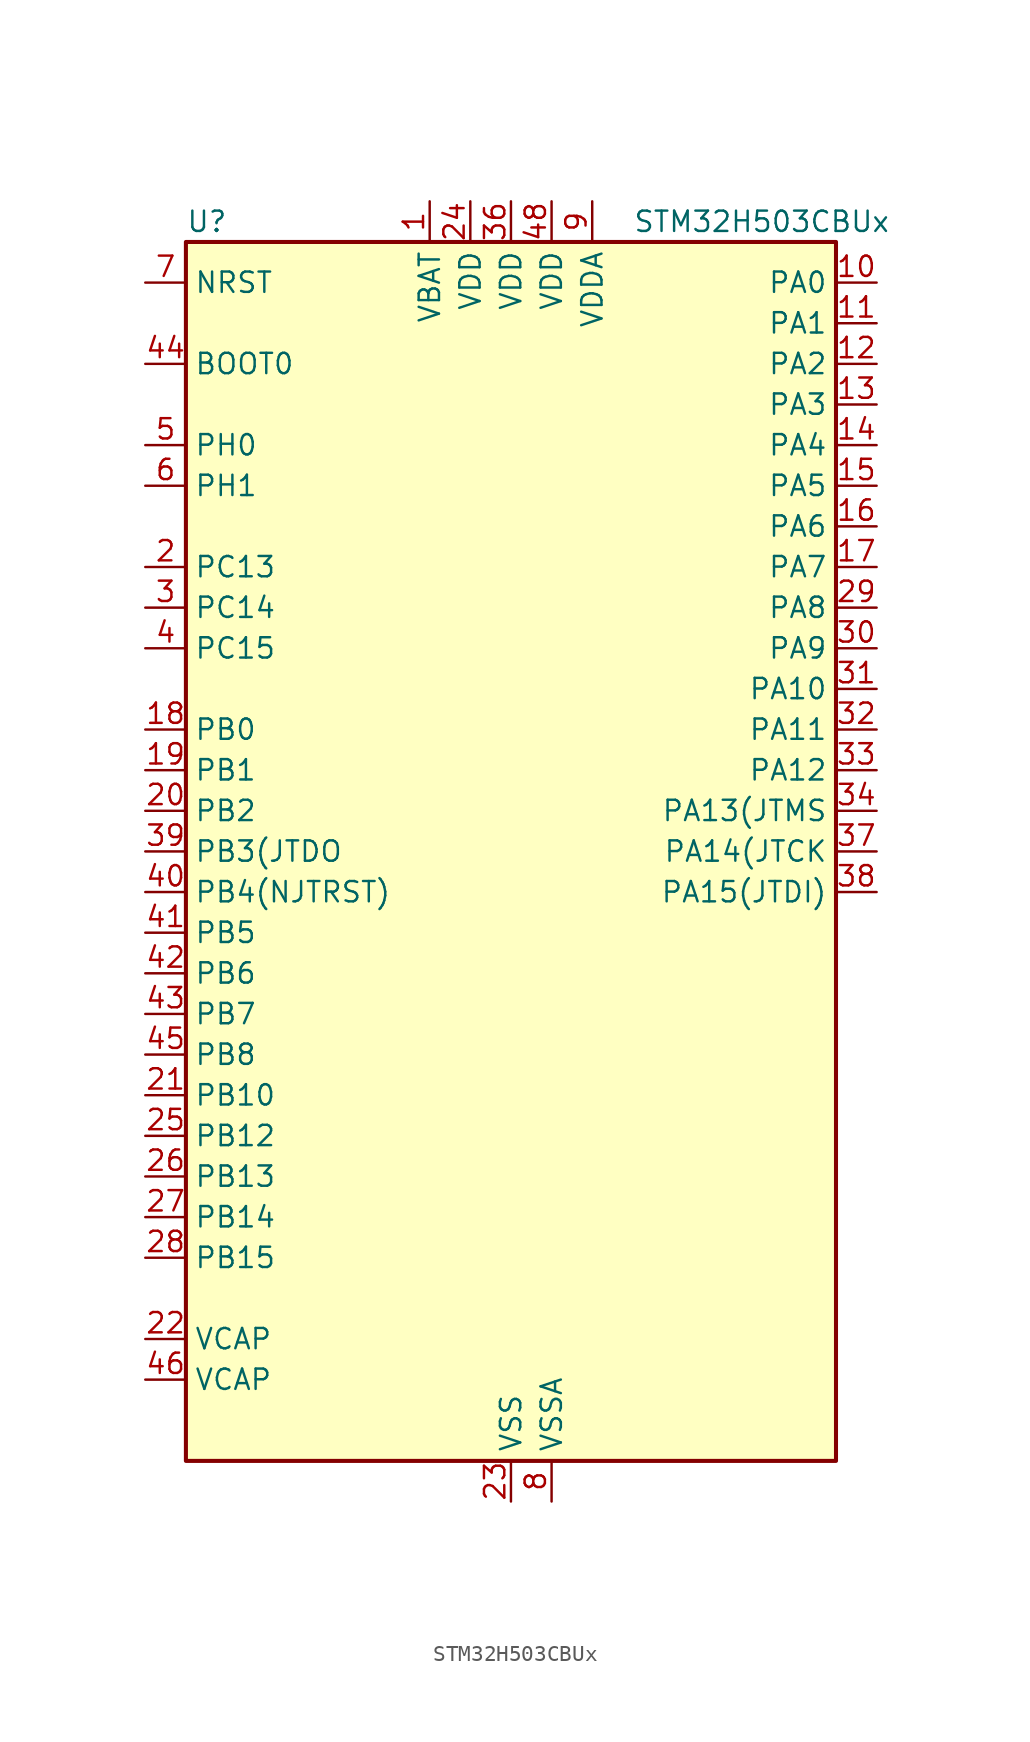
<source format=kicad_sym>
(kicad_symbol_lib
  (version 20231120)
  (generator "kicad_symbol_editor")
  (generator_version "8.0")
  (symbol "STM32H503CBUx"
    (property "Reference" "U"
      (at -20.32 39.37 0)
      (effects (font (size 1.27 1.27)) (justify left)))
    (property "Value" "STM32H503CBUx"
      (at 7.62 39.37 0)
      (effects (font (size 1.27 1.27)) (justify left)))
    (property "ki_locked" ""
      (at 0 0 0)
      (effects (font (size 1.27 1.27))))
    (symbol "STM32H503CBUx_0_1"
      (rectangle (start -20.32 -38.1) (end 20.32 38.1) (stroke (width 0.254) (type default)) (fill (type background))))
    (symbol "STM32H503CBUx_1_1"
      (pin power_in line (at -5.08 40.64 270) (length 2.54) (name "VBAT" (effects (font (size 1.27 1.27)))) (number "1" (effects (font (size 1.27 1.27)))))
      (pin bidirectional line (at 22.86 35.56 180) (length 2.54) (name "PA0" (effects (font (size 1.27 1.27)))) (number "10" (effects (font (size 1.27 1.27)))) (alternate "ADC1_INN1" bidirectional line) (alternate "ADC1_INP0" bidirectional line) (alternate "COMP1_INP" bidirectional line) (alternate "I2S1_SDI" bidirectional line) (alternate "I2S2_MCK" bidirectional line) (alternate "I2S3_WS" bidirectional line) (alternate "LPTIM1_ETR" bidirectional line) (alternate "LPTIM1_IN2" bidirectional line) (alternate "LPTIM2_ETR" bidirectional line) (alternate "OPAMP1_VINP" bidirectional line) (alternate "PWR_WKUP1" bidirectional line) (alternate "RTC_OUT2" bidirectional line) (alternate "SPI1_MISO" bidirectional line) (alternate "SPI3_NSS" bidirectional line) (alternate "SPI3_RDY" bidirectional line) (alternate "TAMP_IN2" bidirectional line) (alternate "TAMP_OUT1" bidirectional line) (alternate "TIM2_CH1" bidirectional line) (alternate "TIM2_ETR" bidirectional line) (alternate "TIM3_CH1" bidirectional line) (alternate "USART1_CTS" bidirectional line) (alternate "USART1_NSS" bidirectional line) (alternate "USART2_CTS" bidirectional line) (alternate "USART2_NSS" bidirectional line) (alternate "USART3_CK" bidirectional line) (alternate "USART3_CTS" bidirectional line) (alternate "USART3_NSS" bidirectional line))
      (pin bidirectional line (at 22.86 33.02 180) (length 2.54) (name "PA1" (effects (font (size 1.27 1.27)))) (number "11" (effects (font (size 1.27 1.27)))) (alternate "ADC1_INP1" bidirectional line) (alternate "I2S1_WS" bidirectional line) (alternate "I2S3_CK" bidirectional line) (alternate "LPTIM1_IN1" bidirectional line) (alternate "SPI1_NSS" bidirectional line) (alternate "SPI2_RDY" bidirectional line) (alternate "SPI3_SCK" bidirectional line) (alternate "TIM1_CH3" bidirectional line) (alternate "TIM2_CH2" bidirectional line) (alternate "USART1_RX" bidirectional line) (alternate "USART2_CK" bidirectional line) (alternate "USART2_RTS" bidirectional line))
      (pin bidirectional line (at 22.86 30.48 180) (length 2.54) (name "PA2" (effects (font (size 1.27 1.27)))) (number "12" (effects (font (size 1.27 1.27)))) (alternate "ADC1_INP14" bidirectional line) (alternate "I2S1_CK" bidirectional line) (alternate "I2S3_SDI" bidirectional line) (alternate "LPTIM1_IN2" bidirectional line) (alternate "LPUART1_RX" bidirectional line) (alternate "PWR_WKUP2" bidirectional line) (alternate "SPI1_SCK" bidirectional line) (alternate "SPI3_MISO" bidirectional line) (alternate "TIM1_CH4" bidirectional line) (alternate "TIM2_CH3" bidirectional line) (alternate "TIM3_ETR" bidirectional line) (alternate "USART1_TX" bidirectional line) (alternate "USART2_TX" bidirectional line))
      (pin bidirectional line (at 22.86 27.94 180) (length 2.54) (name "PA3" (effects (font (size 1.27 1.27)))) (number "13" (effects (font (size 1.27 1.27)))) (alternate "ADC1_INP15" bidirectional line) (alternate "I2S1_SDI" bidirectional line) (alternate "I2S2_WS" bidirectional line) (alternate "I2S3_SDO" bidirectional line) (alternate "LPUART1_TX" bidirectional line) (alternate "SPI1_MISO" bidirectional line) (alternate "SPI2_NSS" bidirectional line) (alternate "SPI3_MOSI" bidirectional line) (alternate "TIM1_CH1N" bidirectional line) (alternate "TIM2_CH4" bidirectional line) (alternate "USART1_CK" bidirectional line) (alternate "USART2_RX" bidirectional line) (alternate "USART3_RX" bidirectional line))
      (pin bidirectional line (at 22.86 25.4 180) (length 2.54) (name "PA4" (effects (font (size 1.27 1.27)))) (number "14" (effects (font (size 1.27 1.27)))) (alternate "ADC1_INP18" bidirectional line) (alternate "DAC1_OUT1" bidirectional line) (alternate "I2S1_SDO" bidirectional line) (alternate "I2S1_WS" bidirectional line) (alternate "I2S3_SDI" bidirectional line) (alternate "I2S3_WS" bidirectional line) (alternate "LPTIM2_CH1" bidirectional line) (alternate "SPI1_MOSI" bidirectional line) (alternate "SPI1_NSS" bidirectional line) (alternate "SPI3_MISO" bidirectional line) (alternate "SPI3_NSS" bidirectional line) (alternate "TIM1_BKIN" bidirectional line) (alternate "TIM1_CH2N" bidirectional line) (alternate "USART1_RTS" bidirectional line) (alternate "USART2_CK" bidirectional line) (alternate "USART3_TX" bidirectional line))
      (pin bidirectional line (at 22.86 22.86 180) (length 2.54) (name "PA5" (effects (font (size 1.27 1.27)))) (number "15" (effects (font (size 1.27 1.27)))) (alternate "ADC1_INN18" bidirectional line) (alternate "ADC1_INP19" bidirectional line) (alternate "COMP1_INM" bidirectional line) (alternate "DAC1_OUT2" bidirectional line) (alternate "I2S1_CK" bidirectional line) (alternate "I2S1_MCK" bidirectional line) (alternate "I2S2_CK" bidirectional line) (alternate "I2S3_SDO" bidirectional line) (alternate "LPTIM1_CH1" bidirectional line) (alternate "LPTIM1_ETR" bidirectional line) (alternate "LPTIM2_CH2" bidirectional line) (alternate "LPUART1_RTS" bidirectional line) (alternate "PWR_CSTOP" bidirectional line) (alternate "SPI1_SCK" bidirectional line) (alternate "SPI2_SCK" bidirectional line) (alternate "SPI3_MOSI" bidirectional line) (alternate "TIM2_CH1" bidirectional line) (alternate "TIM2_ETR" bidirectional line) (alternate "USART2_CTS" bidirectional line) (alternate "USART2_NSS" bidirectional line) (alternate "USART2_TX" bidirectional line) (alternate "USART3_RX" bidirectional line))
      (pin bidirectional line (at 22.86 20.32 180) (length 2.54) (name "PA6" (effects (font (size 1.27 1.27)))) (number "16" (effects (font (size 1.27 1.27)))) (alternate "ADC1_INP3" bidirectional line) (alternate "I2S1_SDI" bidirectional line) (alternate "SPI1_MISO" bidirectional line) (alternate "TIM1_BKIN" bidirectional line) (alternate "TIM3_CH1" bidirectional line))
      (pin bidirectional line (at 22.86 17.78 180) (length 2.54) (name "PA7" (effects (font (size 1.27 1.27)))) (number "17" (effects (font (size 1.27 1.27)))) (alternate "ADC1_INN3" bidirectional line) (alternate "ADC1_INP7" bidirectional line) (alternate "AUDIOCLK" bidirectional line) (alternate "I2S1_MCK" bidirectional line) (alternate "I2S1_SDO" bidirectional line) (alternate "I2S2_MCK" bidirectional line) (alternate "I2S2_SDI" bidirectional line) (alternate "I2S3_MCK" bidirectional line) (alternate "LPTIM2_ETR" bidirectional line) (alternate "OPAMP1_VOUT" bidirectional line) (alternate "PWR_CSLEEP" bidirectional line) (alternate "SPI1_MOSI" bidirectional line) (alternate "SPI2_MISO" bidirectional line) (alternate "TIM1_CH1N" bidirectional line) (alternate "TIM2_CH3" bidirectional line) (alternate "TIM3_CH2" bidirectional line) (alternate "USART1_RTS" bidirectional line) (alternate "USART3_CK" bidirectional line) (alternate "USART3_RTS" bidirectional line))
      (pin bidirectional line (at -22.86 7.62 0) (length 2.54) (name "PB0" (effects (font (size 1.27 1.27)))) (number "18" (effects (font (size 1.27 1.27)))) (alternate "ADC1_INN5" bidirectional line) (alternate "ADC1_INP9" bidirectional line) (alternate "COMP1_INP" bidirectional line) (alternate "LPTIM1_IN1" bidirectional line) (alternate "OPAMP1_VINP" bidirectional line) (alternate "TIM1_CH2N" bidirectional line) (alternate "TIM1_ETR" bidirectional line) (alternate "TIM3_CH3" bidirectional line) (alternate "USART2_TX" bidirectional line))
      (pin bidirectional line (at -22.86 5.08 0) (length 2.54) (name "PB1" (effects (font (size 1.27 1.27)))) (number "19" (effects (font (size 1.27 1.27)))) (alternate "ADC1_INP5" bidirectional line) (alternate "COMP1_INM" bidirectional line) (alternate "COMP1_OUT" bidirectional line) (alternate "I2S2_SDO" bidirectional line) (alternate "LPTIM1_IN2" bidirectional line) (alternate "LPTIM2_ETR" bidirectional line) (alternate "OPAMP1_VINM" bidirectional line) (alternate "OPAMP1_VINM1" bidirectional line) (alternate "SPI2_MOSI" bidirectional line) (alternate "TIM1_CH1" bidirectional line) (alternate "TIM1_CH3N" bidirectional line) (alternate "TIM3_CH4" bidirectional line) (alternate "USART2_RX" bidirectional line))
      (pin bidirectional line (at -22.86 17.78 0) (length 2.54) (name "PC13" (effects (font (size 1.27 1.27)))) (number "2" (effects (font (size 1.27 1.27)))) (alternate "PWR_WKUP4" bidirectional line) (alternate "RTC_OUT1" bidirectional line) (alternate "RTC_TS" bidirectional line) (alternate "TAMP_IN1" bidirectional line) (alternate "TAMP_OUT2" bidirectional line))
      (pin bidirectional line (at -22.86 2.54 0) (length 2.54) (name "PB2" (effects (font (size 1.27 1.27)))) (number "20" (effects (font (size 1.27 1.27)))) (alternate "COMP1_INP" bidirectional line) (alternate "I2S2_CK" bidirectional line) (alternate "I2S3_SDO" bidirectional line) (alternate "LPTIM1_CH1" bidirectional line) (alternate "LPTIM1_CH2" bidirectional line) (alternate "RCC_LSCO" bidirectional line) (alternate "RTC_OUT2" bidirectional line) (alternate "SPI1_RDY" bidirectional line) (alternate "SPI2_SCK" bidirectional line) (alternate "SPI3_MOSI" bidirectional line) (alternate "TIM1_CH2N" bidirectional line) (alternate "TIM2_CH1" bidirectional line) (alternate "USART2_CK" bidirectional line))
      (pin bidirectional line (at -22.86 -15.24 0) (length 2.54) (name "PB10" (effects (font (size 1.27 1.27)))) (number "21" (effects (font (size 1.27 1.27)))) (alternate "FDCAN1_TX" bidirectional line) (alternate "I2C1_SDA" bidirectional line) (alternate "I2C2_SCL" bidirectional line) (alternate "I2S2_CK" bidirectional line) (alternate "I2S3_WS" bidirectional line) (alternate "I3C1_SDA" bidirectional line) (alternate "I3C2_SCL" bidirectional line) (alternate "LPTIM2_CH2" bidirectional line) (alternate "LPTIM2_IN1" bidirectional line) (alternate "SPI2_SCK" bidirectional line) (alternate "SPI3_NSS" bidirectional line) (alternate "TIM2_CH3" bidirectional line) (alternate "USART3_CK" bidirectional line) (alternate "USART3_TX" bidirectional line))
      (pin power_out line (at -22.86 -30.48 0) (length 2.54) (name "VCAP" (effects (font (size 1.27 1.27)))) (number "22" (effects (font (size 1.27 1.27)))))
      (pin power_in line (at 0 -40.64 90) (length 2.54) (name "VSS" (effects (font (size 1.27 1.27)))) (number "23" (effects (font (size 1.27 1.27)))))
      (pin power_in line (at -2.54 40.64 270) (length 2.54) (name "VDD" (effects (font (size 1.27 1.27)))) (number "24" (effects (font (size 1.27 1.27)))))
      (pin bidirectional line (at -22.86 -17.78 0) (length 2.54) (name "PB12" (effects (font (size 1.27 1.27)))) (number "25" (effects (font (size 1.27 1.27)))) (alternate "FDCAN1_RX" bidirectional line) (alternate "I2C2_SMBA" bidirectional line) (alternate "I2S2_WS" bidirectional line) (alternate "SPI2_NSS" bidirectional line) (alternate "TIM1_BKIN" bidirectional line) (alternate "USART1_CK" bidirectional line) (alternate "USART3_CK" bidirectional line))
      (pin bidirectional line (at -22.86 -20.32 0) (length 2.54) (name "PB13" (effects (font (size 1.27 1.27)))) (number "26" (effects (font (size 1.27 1.27)))) (alternate "FDCAN1_TX" bidirectional line) (alternate "I2C1_SMBA" bidirectional line) (alternate "I2C2_SDA" bidirectional line) (alternate "I2S2_CK" bidirectional line) (alternate "I3C2_SDA" bidirectional line) (alternate "LPTIM2_CH1" bidirectional line) (alternate "LPUART1_CTS" bidirectional line) (alternate "SPI2_SCK" bidirectional line) (alternate "TIM1_CH1N" bidirectional line) (alternate "USART3_CTS" bidirectional line) (alternate "USART3_NSS" bidirectional line))
      (pin bidirectional line (at -22.86 -22.86 0) (length 2.54) (name "PB14" (effects (font (size 1.27 1.27)))) (number "27" (effects (font (size 1.27 1.27)))) (alternate "I2S2_SDI" bidirectional line) (alternate "LPTIM1_ETR" bidirectional line) (alternate "LPUART1_RTS" bidirectional line) (alternate "SPI2_MISO" bidirectional line) (alternate "TIM1_CH2N" bidirectional line) (alternate "USART1_TX" bidirectional line) (alternate "USART3_RTS" bidirectional line))
      (pin bidirectional line (at -22.86 -25.4 0) (length 2.54) (name "PB15" (effects (font (size 1.27 1.27)))) (number "28" (effects (font (size 1.27 1.27)))) (alternate "ADC1_EXTI15" bidirectional line) (alternate "COMP1_OUT" bidirectional line) (alternate "FDCAN1_TX" bidirectional line) (alternate "I2S2_SDO" bidirectional line) (alternate "I2S3_MCK" bidirectional line) (alternate "I2S3_SDI" bidirectional line) (alternate "LPTIM1_CH1" bidirectional line) (alternate "LPTIM2_IN2" bidirectional line) (alternate "LPUART1_RX" bidirectional line) (alternate "PWR_PVD_IN" bidirectional line) (alternate "RTC_REFIN" bidirectional line) (alternate "SPI2_MOSI" bidirectional line) (alternate "SPI3_MISO" bidirectional line) (alternate "TIM1_CH3N" bidirectional line) (alternate "TIM3_CH4" bidirectional line) (alternate "USART1_RX" bidirectional line) (alternate "USART2_RTS" bidirectional line) (alternate "USART2_RX" bidirectional line) (alternate "USART3_CTS" bidirectional line) (alternate "USART3_NSS" bidirectional line))
      (pin bidirectional line (at 22.86 15.24 180) (length 2.54) (name "PA8" (effects (font (size 1.27 1.27)))) (number "29" (effects (font (size 1.27 1.27)))) (alternate "FDCAN1_RX" bidirectional line) (alternate "I2S1_CK" bidirectional line) (alternate "I2S2_SDO" bidirectional line) (alternate "I2S2_WS" bidirectional line) (alternate "LPTIM2_IN1" bidirectional line) (alternate "LPUART1_CTS" bidirectional line) (alternate "RCC_MCO_1" bidirectional line) (alternate "SPI1_RDY" bidirectional line) (alternate "SPI1_SCK" bidirectional line) (alternate "SPI2_MOSI" bidirectional line) (alternate "SPI2_NSS" bidirectional line) (alternate "TIM1_CH1" bidirectional line) (alternate "TIM1_CH4N" bidirectional line) (alternate "TIM3_CH3" bidirectional line) (alternate "USART1_CK" bidirectional line) (alternate "USART2_TX" bidirectional line) (alternate "USART3_TX" bidirectional line) (alternate "USB_SOF" bidirectional line))
      (pin bidirectional line (at -22.86 15.24 0) (length 2.54) (name "PC14" (effects (font (size 1.27 1.27)))) (number "3" (effects (font (size 1.27 1.27)))) (alternate "RCC_OSC32_IN" bidirectional line))
      (pin bidirectional line (at 22.86 12.7 180) (length 2.54) (name "PA9" (effects (font (size 1.27 1.27)))) (number "30" (effects (font (size 1.27 1.27)))) (alternate "DAC1_EXTI9" bidirectional line) (alternate "DEBUG_TRACED2" bidirectional line) (alternate "I2S1_SDI" bidirectional line) (alternate "I2S2_CK" bidirectional line) (alternate "I2S3_SDO" bidirectional line) (alternate "LPUART1_TX" bidirectional line) (alternate "SPI1_MISO" bidirectional line) (alternate "SPI2_SCK" bidirectional line) (alternate "SPI3_MOSI" bidirectional line) (alternate "TIM1_CH2" bidirectional line) (alternate "USART1_TX" bidirectional line) (alternate "USART3_CK" bidirectional line))
      (pin bidirectional line (at 22.86 10.16 180) (length 2.54) (name "PA10" (effects (font (size 1.27 1.27)))) (number "31" (effects (font (size 1.27 1.27)))) (alternate "LPTIM2_IN2" bidirectional line) (alternate "LPUART1_RX" bidirectional line) (alternate "TIM1_CH3" bidirectional line) (alternate "USART1_RX" bidirectional line))
      (pin bidirectional line (at 22.86 7.62 180) (length 2.54) (name "PA11" (effects (font (size 1.27 1.27)))) (number "32" (effects (font (size 1.27 1.27)))) (alternate "ADC1_EXTI11" bidirectional line) (alternate "DEBUG_TRGIO" bidirectional line) (alternate "FDCAN1_RX" bidirectional line) (alternate "I2S2_WS" bidirectional line) (alternate "LPTIM2_CH2" bidirectional line) (alternate "LPUART1_CTS" bidirectional line) (alternate "SPI2_NSS" bidirectional line) (alternate "SPI3_RDY" bidirectional line) (alternate "TIM1_CH4" bidirectional line) (alternate "TIM3_CH2" bidirectional line) (alternate "USART1_CTS" bidirectional line) (alternate "USART1_NSS" bidirectional line) (alternate "USART1_RX" bidirectional line) (alternate "USART2_RX" bidirectional line) (alternate "USART3_RTS" bidirectional line) (alternate "USB_DM" bidirectional line))
      (pin bidirectional line (at 22.86 5.08 180) (length 2.54) (name "PA12" (effects (font (size 1.27 1.27)))) (number "33" (effects (font (size 1.27 1.27)))) (alternate "DEBUG_TRACED3" bidirectional line) (alternate "FDCAN1_TX" bidirectional line) (alternate "I2S2_CK" bidirectional line) (alternate "LPUART1_RTS" bidirectional line) (alternate "SPI2_RDY" bidirectional line) (alternate "SPI2_SCK" bidirectional line) (alternate "TIM1_ETR" bidirectional line) (alternate "TIM2_CH4" bidirectional line) (alternate "TIM3_CH4" bidirectional line) (alternate "USART1_RTS" bidirectional line) (alternate "USART1_TX" bidirectional line) (alternate "USART2_TX" bidirectional line) (alternate "USART3_RX" bidirectional line) (alternate "USB_DP" bidirectional line))
      (pin bidirectional line (at 22.86 2.54 180) (length 2.54) (name "PA13(JTMS" (effects (font (size 1.27 1.27)))) (number "34" (effects (font (size 1.27 1.27)))) (alternate "COMP1_OUT" bidirectional line) (alternate "DEBUG_JTMS-SWDIO" bidirectional line) (alternate "LPTIM1_CH1" bidirectional line) (alternate "LPUART1_CTS" bidirectional line) (alternate "TIM1_CH1" bidirectional line) (alternate "TIM1_ETR" bidirectional line) (alternate "USART1_RX" bidirectional line) (alternate "USART2_RX" bidirectional line))
      (pin passive line (at 0 -40.64 90) (length 2.54) hide (name "VSS" (effects (font (size 1.27 1.27)))) (number "35" (effects (font (size 1.27 1.27)))))
      (pin power_in line (at 0 40.64 270) (length 2.54) (name "VDD" (effects (font (size 1.27 1.27)))) (number "36" (effects (font (size 1.27 1.27)))))
      (pin bidirectional line (at 22.86 0 180) (length 2.54) (name "PA14(JTCK" (effects (font (size 1.27 1.27)))) (number "37" (effects (font (size 1.27 1.27)))) (alternate "DEBUG_JTCK-SWCLK" bidirectional line) (alternate "LPTIM1_ETR" bidirectional line) (alternate "LPTIM2_CH1" bidirectional line) (alternate "LPUART1_RTS" bidirectional line) (alternate "TIM1_CH2" bidirectional line) (alternate "TIM1_CH4N" bidirectional line) (alternate "TIM3_CH1" bidirectional line) (alternate "USART1_TX" bidirectional line) (alternate "USART2_TX" bidirectional line))
      (pin bidirectional line (at 22.86 -2.54 180) (length 2.54) (name "PA15(JTDI)" (effects (font (size 1.27 1.27)))) (number "38" (effects (font (size 1.27 1.27)))) (alternate "ADC1_EXTI15" bidirectional line) (alternate "DEBUG_JTDI" bidirectional line) (alternate "I2S1_WS" bidirectional line) (alternate "I2S2_SDI" bidirectional line) (alternate "I2S3_CK" bidirectional line) (alternate "I2S3_WS" bidirectional line) (alternate "LPTIM1_IN2" bidirectional line) (alternate "LPTIM2_CH1" bidirectional line) (alternate "SPI1_NSS" bidirectional line) (alternate "SPI2_MISO" bidirectional line) (alternate "SPI3_NSS" bidirectional line) (alternate "SPI3_SCK" bidirectional line) (alternate "TIM2_CH1" bidirectional line) (alternate "TIM2_ETR" bidirectional line) (alternate "USART1_CTS" bidirectional line) (alternate "USART1_NSS" bidirectional line) (alternate "USART2_CK" bidirectional line) (alternate "USART2_RTS" bidirectional line) (alternate "USART2_RX" bidirectional line) (alternate "USART3_RX" bidirectional line))
      (pin bidirectional line (at -22.86 0 0) (length 2.54) (name "PB3(JTDO" (effects (font (size 1.27 1.27)))) (number "39" (effects (font (size 1.27 1.27)))) (alternate "CRS_SYNC" bidirectional line) (alternate "DEBUG_JTDO-SWO" bidirectional line) (alternate "FDCAN1_RX" bidirectional line) (alternate "I2C1_SMBA" bidirectional line) (alternate "I2C2_SCL" bidirectional line) (alternate "I2C2_SDA" bidirectional line) (alternate "I2S1_CK" bidirectional line) (alternate "I2S2_MCK" bidirectional line) (alternate "I2S3_CK" bidirectional line) (alternate "I3C2_SCL" bidirectional line) (alternate "LPTIM1_CH1" bidirectional line) (alternate "SPI1_SCK" bidirectional line) (alternate "SPI3_SCK" bidirectional line) (alternate "TIM1_BKIN" bidirectional line) (alternate "TIM2_CH2" bidirectional line) (alternate "USART3_TX" bidirectional line))
      (pin bidirectional line (at -22.86 12.7 0) (length 2.54) (name "PC15" (effects (font (size 1.27 1.27)))) (number "4" (effects (font (size 1.27 1.27)))) (alternate "ADC1_EXTI15" bidirectional line) (alternate "RCC_OSC32_OUT" bidirectional line))
      (pin bidirectional line (at -22.86 -2.54 0) (length 2.54) (name "PB4(NJTRST)" (effects (font (size 1.27 1.27)))) (number "40" (effects (font (size 1.27 1.27)))) (alternate "DEBUG_JTRST" bidirectional line) (alternate "FDCAN1_TX" bidirectional line) (alternate "I2C1_SMBA" bidirectional line) (alternate "I2C2_SDA" bidirectional line) (alternate "I2S1_SDI" bidirectional line) (alternate "I2S2_WS" bidirectional line) (alternate "I2S3_SDI" bidirectional line) (alternate "I3C2_SDA" bidirectional line) (alternate "LPTIM1_CH2" bidirectional line) (alternate "SPI1_MISO" bidirectional line) (alternate "SPI2_NSS" bidirectional line) (alternate "SPI3_MISO" bidirectional line) (alternate "TIM1_CH2" bidirectional line) (alternate "TIM1_CH4N" bidirectional line) (alternate "TIM3_CH1" bidirectional line) (alternate "USART2_TX" bidirectional line))
      (pin bidirectional line (at -22.86 -5.08 0) (length 2.54) (name "PB5" (effects (font (size 1.27 1.27)))) (number "41" (effects (font (size 1.27 1.27)))) (alternate "DEBUG_TRACECLK" bidirectional line) (alternate "FDCAN1_RX" bidirectional line) (alternate "I2C1_SDA" bidirectional line) (alternate "I2C1_SMBA" bidirectional line) (alternate "I2C2_SCL" bidirectional line) (alternate "I2S1_SDO" bidirectional line) (alternate "I2S2_SDI" bidirectional line) (alternate "I2S3_SDO" bidirectional line) (alternate "I3C1_SDA" bidirectional line) (alternate "I3C2_SCL" bidirectional line) (alternate "LPTIM1_IN1" bidirectional line) (alternate "SPI1_MOSI" bidirectional line) (alternate "SPI2_MISO" bidirectional line) (alternate "SPI3_MOSI" bidirectional line) (alternate "TIM1_CH3" bidirectional line) (alternate "TIM3_CH2" bidirectional line) (alternate "USART2_RX" bidirectional line))
      (pin bidirectional line (at -22.86 -7.62 0) (length 2.54) (name "PB6" (effects (font (size 1.27 1.27)))) (number "42" (effects (font (size 1.27 1.27)))) (alternate "DEBUG_TRACED0" bidirectional line) (alternate "FDCAN1_TX" bidirectional line) (alternate "I2C1_SCL" bidirectional line) (alternate "I2S1_MCK" bidirectional line) (alternate "I3C1_SCL" bidirectional line) (alternate "LPUART1_TX" bidirectional line) (alternate "SPI3_RDY" bidirectional line) (alternate "TIM1_CH2" bidirectional line) (alternate "TIM1_CH3N" bidirectional line) (alternate "TIM3_CH3" bidirectional line) (alternate "USART1_TX" bidirectional line) (alternate "USART2_CK" bidirectional line) (alternate "USART2_CTS" bidirectional line) (alternate "USART2_NSS" bidirectional line))
      (pin bidirectional line (at -22.86 -10.16 0) (length 2.54) (name "PB7" (effects (font (size 1.27 1.27)))) (number "43" (effects (font (size 1.27 1.27)))) (alternate "AUDIOCLK" bidirectional line) (alternate "DEBUG_TRACED1" bidirectional line) (alternate "FDCAN1_TX" bidirectional line) (alternate "I2C1_SDA" bidirectional line) (alternate "I2C2_SMBA" bidirectional line) (alternate "I2S3_CK" bidirectional line) (alternate "I2S3_MCK" bidirectional line) (alternate "I3C1_SDA" bidirectional line) (alternate "LPUART1_RX" bidirectional line) (alternate "PWR_WKUP5" bidirectional line) (alternate "SPI3_SCK" bidirectional line) (alternate "TIM1_CH1" bidirectional line) (alternate "TIM1_CH2N" bidirectional line) (alternate "TIM3_ETR" bidirectional line) (alternate "USART1_RX" bidirectional line) (alternate "USART3_TX" bidirectional line))
      (pin input line (at -22.86 30.48 0) (length 2.54) (name "BOOT0" (effects (font (size 1.27 1.27)))) (number "44" (effects (font (size 1.27 1.27)))))
      (pin bidirectional line (at -22.86 -12.7 0) (length 2.54) (name "PB8" (effects (font (size 1.27 1.27)))) (number "45" (effects (font (size 1.27 1.27)))) (alternate "DEBUG_TRACED2" bidirectional line) (alternate "FDCAN1_RX" bidirectional line) (alternate "I2C1_SCL" bidirectional line) (alternate "I2C2_SDA" bidirectional line) (alternate "I2C2_SMBA" bidirectional line) (alternate "I2S1_WS" bidirectional line) (alternate "I2S2_MCK" bidirectional line) (alternate "I3C1_SCL" bidirectional line) (alternate "I3C2_SDA" bidirectional line) (alternate "LPTIM1_CH2" bidirectional line) (alternate "LPTIM2_CH1" bidirectional line) (alternate "SPI1_NSS" bidirectional line) (alternate "SPI2_RDY" bidirectional line) (alternate "TIM1_BKIN2" bidirectional line) (alternate "USART1_CK" bidirectional line) (alternate "USART3_RX" bidirectional line))
      (pin power_out line (at -22.86 -33.02 0) (length 2.54) (name "VCAP" (effects (font (size 1.27 1.27)))) (number "46" (effects (font (size 1.27 1.27)))))
      (pin passive line (at 0 -40.64 90) (length 2.54) hide (name "VSS" (effects (font (size 1.27 1.27)))) (number "47" (effects (font (size 1.27 1.27)))))
      (pin power_in line (at 2.54 40.64 270) (length 2.54) (name "VDD" (effects (font (size 1.27 1.27)))) (number "48" (effects (font (size 1.27 1.27)))))
      (pin passive line (at 0 -40.64 90) (length 2.54) hide (name "VSS" (effects (font (size 1.27 1.27)))) (number "49" (effects (font (size 1.27 1.27)))))
      (pin bidirectional line (at -22.86 25.4 0) (length 2.54) (name "PH0" (effects (font (size 1.27 1.27)))) (number "5" (effects (font (size 1.27 1.27)))) (alternate "RCC_OSC_IN" bidirectional line))
      (pin bidirectional line (at -22.86 22.86 0) (length 2.54) (name "PH1" (effects (font (size 1.27 1.27)))) (number "6" (effects (font (size 1.27 1.27)))) (alternate "RCC_OSC_OUT" bidirectional line))
      (pin input line (at -22.86 35.56 0) (length 2.54) (name "NRST" (effects (font (size 1.27 1.27)))) (number "7" (effects (font (size 1.27 1.27)))))
      (pin power_in line (at 2.54 -40.64 90) (length 2.54) (name "VSSA" (effects (font (size 1.27 1.27)))) (number "8" (effects (font (size 1.27 1.27)))))
      (pin power_in line (at 5.08 40.64 270) (length 2.54) (name "VDDA" (effects (font (size 1.27 1.27)))) (number "9" (effects (font (size 1.27 1.27))))))))
</source>
